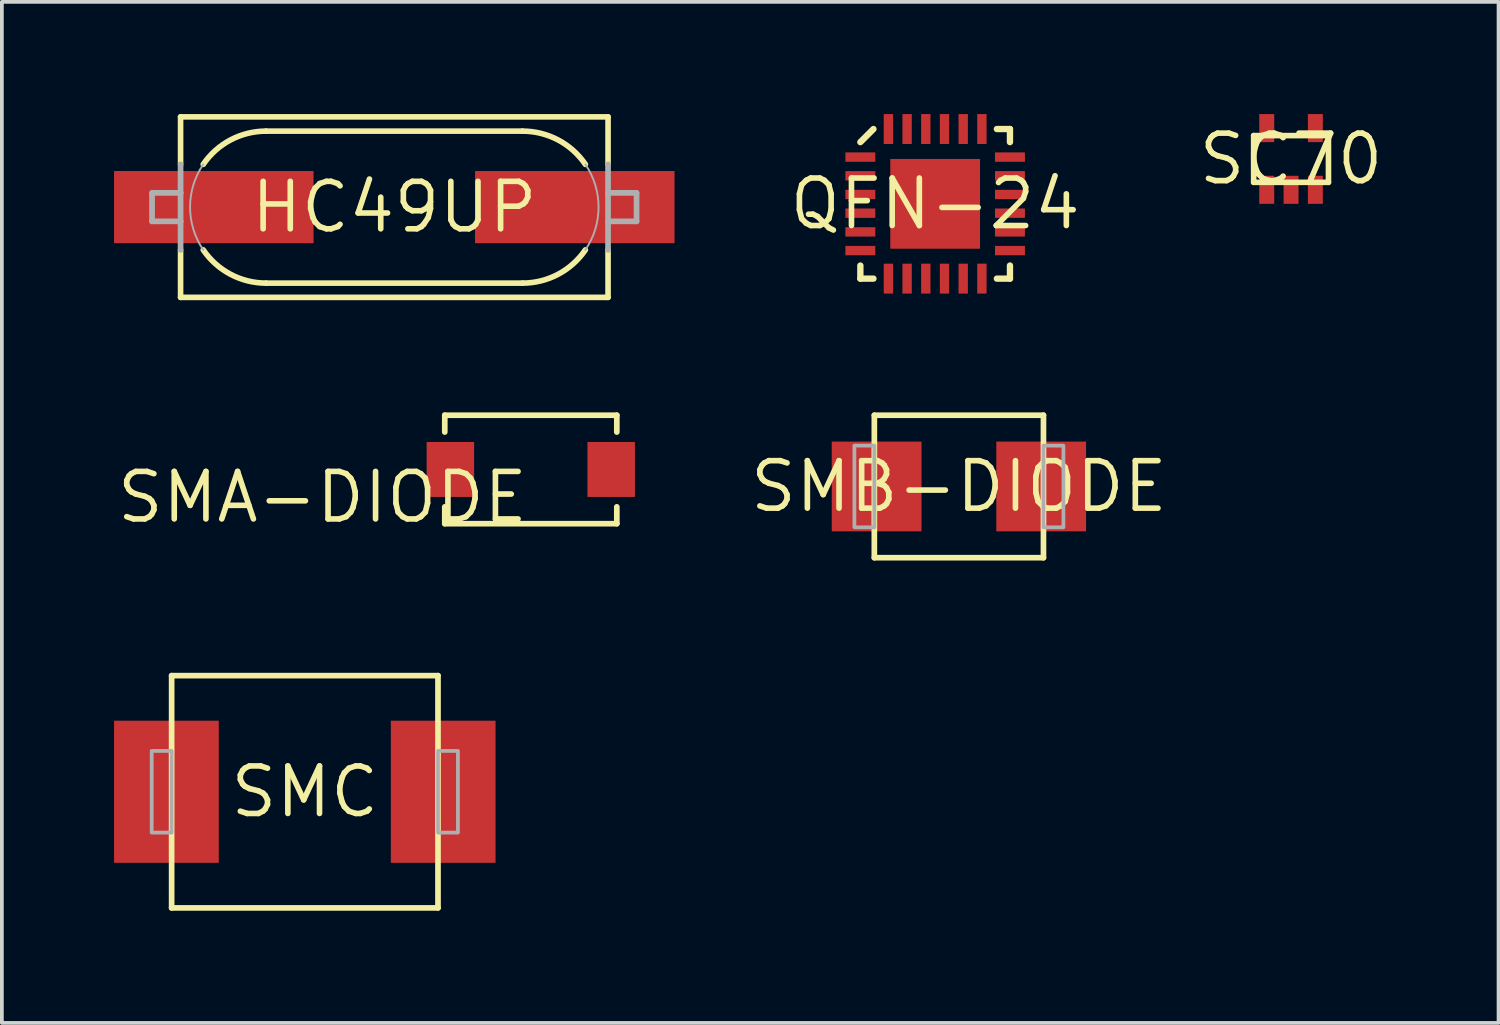
<source format=kicad_pcb>
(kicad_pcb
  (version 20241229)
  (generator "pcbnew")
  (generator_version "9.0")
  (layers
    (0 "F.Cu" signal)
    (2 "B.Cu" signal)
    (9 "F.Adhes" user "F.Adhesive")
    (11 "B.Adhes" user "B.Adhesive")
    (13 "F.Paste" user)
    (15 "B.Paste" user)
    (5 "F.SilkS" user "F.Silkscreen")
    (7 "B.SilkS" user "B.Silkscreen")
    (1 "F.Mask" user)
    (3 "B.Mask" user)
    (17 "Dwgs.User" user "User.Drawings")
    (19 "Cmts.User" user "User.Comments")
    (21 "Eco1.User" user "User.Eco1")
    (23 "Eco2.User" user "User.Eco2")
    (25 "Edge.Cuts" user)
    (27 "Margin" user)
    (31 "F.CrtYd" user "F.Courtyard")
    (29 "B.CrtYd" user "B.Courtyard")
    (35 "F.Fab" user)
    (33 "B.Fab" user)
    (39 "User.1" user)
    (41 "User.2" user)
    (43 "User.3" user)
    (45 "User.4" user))
  (footprint "SMB-DIODE"
    (layer "F.Cu")
    (at 22.589 9.957)
    (property "Reference" "SMB-DIODE" (at 0 0 0) (layer "F.SilkS") (effects (font (size 1.27 1.27) (thickness 0.15))))
    (attr through_hole)
    (fp_line (start -2.261 1.905) (end -2.261 -1.905) (stroke (width 0.152) (type solid)) (layer "F.SilkS"))
    (fp_line (start -2.261 -1.905) (end 2.261 -1.905) (stroke (width 0.152) (type solid)) (layer "F.SilkS"))
    (fp_line (start -2.261 1.905) (end 2.261 1.905) (stroke (width 0.152) (type solid)) (layer "F.SilkS"))
    (fp_line (start 2.261 1.905) (end 2.261 -1.905) (stroke (width 0.152) (type solid)) (layer "F.SilkS"))
    (fp_poly (pts (xy -2.794 1.092) (xy -2.261 1.092) (xy -2.261 -1.092) (xy -2.794 -1.092)) (stroke (width 0.1) (type solid)) (fill no) (layer "F.Fab"))
    (fp_poly (pts (xy 2.261 1.092) (xy 2.794 1.092) (xy 2.794 -1.092) (xy 2.261 -1.092)) (stroke (width 0.1) (type solid)) (fill no) (layer "F.Fab"))
    (pad "A" smd rect (at 2.2 0) (size 2.4 2.4) (layers "F.Cu" "F.Mask" "F.Paste"))
    (pad "C" smd rect (at -2.2 0) (size 2.4 2.4) (layers "F.Cu" "F.Mask" "F.Paste")))
  (footprint "HC49UP"
    (layer "F.Cu")
    (at 7.493 2.488)
    (property "Reference" "HC49UP" (at 0 0 0) (layer "F.SilkS") (effects (font (size 1.27 1.27) (thickness 0.15))))
    (attr through_hole)
    (fp_line (start -5.715 -2.413) (end -5.715 -1.143) (stroke (width 0.15) (type solid)) (layer "F.SilkS"))
    (fp_line (start -5.715 2.413) (end -5.715 1.143) (stroke (width 0.15) (type solid)) (layer "F.SilkS"))
    (fp_line (start -3.429 -2.032) (end 3.429 -2.032) (stroke (width 0.15) (type solid)) (layer "F.SilkS"))
    (fp_line (start 3.429 2.032) (end -3.429 2.032) (stroke (width 0.15) (type solid)) (layer "F.SilkS"))
    (fp_line (start 5.715 -2.413) (end -5.715 -2.413) (stroke (width 0.15) (type solid)) (layer "F.SilkS"))
    (fp_line (start 5.715 -1.143) (end 5.715 -2.413) (stroke (width 0.15) (type solid)) (layer "F.SilkS"))
    (fp_line (start 5.715 2.413) (end -5.715 2.413) (stroke (width 0.15) (type solid)) (layer "F.SilkS"))
    (fp_line (start 5.715 2.413) (end 5.715 1.143) (stroke (width 0.15) (type solid)) (layer "F.SilkS"))
    (fp_arc (start -5.1091 -1.143) (mid -4.379417 -1.796107) (end -3.429 -2.032101) (stroke (width 0.15) (type solid)) (layer "F.SilkS"))
    (fp_arc (start -3.429 2.032001) (mid -4.379408 1.796063) (end -5.1091 1.143) (stroke (width 0.15) (type solid)) (layer "F.SilkS"))
    (fp_arc (start 3.429 -2.032) (mid 4.379408 -1.796062) (end 5.1091 -1.142999) (stroke (width 0.15) (type solid)) (layer "F.SilkS"))
    (fp_arc (start 5.109 1.142899) (mid 4.379368 1.795994) (end 3.429 2.032) (stroke (width 0.15) (type solid)) (layer "F.SilkS"))
    (fp_line (start -6.477 0.381) (end -6.477 -0.381) (stroke (width 0.152) (type solid)) (layer "F.Fab"))
    (fp_line (start -5.715 -0.381) (end -6.477 -0.381) (stroke (width 0.152) (type solid)) (layer "F.Fab"))
    (fp_line (start -5.715 -0.381) (end -5.715 -1.143) (stroke (width 0.152) (type solid)) (layer "F.Fab"))
    (fp_line (start -5.715 0.381) (end -6.477 0.381) (stroke (width 0.152) (type solid)) (layer "F.Fab"))
    (fp_line (start -5.715 0.381) (end -5.715 -0.381) (stroke (width 0.152) (type solid)) (layer "F.Fab"))
    (fp_line (start -5.715 1.143) (end -5.715 0.381) (stroke (width 0.152) (type solid)) (layer "F.Fab"))
    (fp_line (start 5.715 -0.381) (end 6.477 -0.381) (stroke (width 0.152) (type solid)) (layer "F.Fab"))
    (fp_line (start 5.715 0.381) (end 6.477 0.381) (stroke (width 0.152) (type solid)) (layer "F.Fab"))
    (fp_line (start 5.715 1.143) (end 5.715 -1.143) (stroke (width 0.152) (type solid)) (layer "F.Fab"))
    (fp_line (start 6.477 0.381) (end 6.477 -0.381) (stroke (width 0.152) (type solid)) (layer "F.Fab"))
    (fp_arc (start -5.1091 1.143) (mid -5.46104 0) (end -5.1091 -1.143) (stroke (width 0.0508) (type solid)) (layer "F.Fab"))
    (fp_arc (start 5.1091 -1.143) (mid 5.46104 0) (end 5.1091 1.143) (stroke (width 0.0508) (type solid)) (layer "F.Fab"))
    (pad "1" smd rect (at -4.826 0) (size 5.334 1.93) (layers "F.Cu" "F.Mask" "F.Paste"))
    (pad "2" smd rect (at 4.826 0) (size 5.334 1.93) (layers "F.Cu" "F.Mask" "F.Paste")))
  (footprint "SMA-DIODE"
    (layer "F.Cu")
    (at 11.142 9.502)
    (property "Reference" "SMA-DIODE" (at 0 0 0) (layer "F.SilkS") (effects (font (size 1.27 1.27) (thickness 0.15)) (justify right top)))
    (attr through_hole)
    (fp_line (start -2.3 -1.45) (end 2.3 -1.45) (stroke (width 0.152) (type solid)) (layer "F.SilkS"))
    (fp_line (start -2.3 -1) (end -2.3 -1.45) (stroke (width 0.152) (type solid)) (layer "F.SilkS"))
    (fp_line (start -2.3 1.45) (end -2.3 1) (stroke (width 0.152) (type solid)) (layer "F.SilkS"))
    (fp_line (start 2.3 -1.45) (end 2.3 -1) (stroke (width 0.152) (type solid)) (layer "F.SilkS"))
    (fp_line (start 2.3 1) (end 2.3 1.45) (stroke (width 0.152) (type solid)) (layer "F.SilkS"))
    (fp_line (start 2.3 1.45) (end -2.3 1.45) (stroke (width 0.152) (type solid)) (layer "F.SilkS"))
    (pad "A" smd rect (at -2.15 0 180) (size 1.27 1.47) (layers "F.Cu" "F.Mask" "F.Paste"))
    (pad "C" smd rect (at 2.15 0) (size 1.27 1.47) (layers "F.Cu" "F.Mask" "F.Paste")))
  (footprint "SC70"
    (layer "F.Cu")
    (at 31.47 1.2)
    (property "Reference" "SC70" (at 0 0 0) (layer "F.SilkS") (effects (font (size 1.27 1.27) (thickness 0.15))))
    (attr through_hole)
    (fp_line (start -1 -0.625) (end 1 -0.625) (stroke (width 0.15) (type solid)) (layer "F.SilkS"))
    (fp_line (start -1 0.625) (end -1 -0.625) (stroke (width 0.15) (type solid)) (layer "F.SilkS"))
    (fp_line (start -1 0.625) (end 1 0.625) (stroke (width 0.15) (type solid)) (layer "F.SilkS"))
    (fp_line (start 1 -0.625) (end 1 0.625) (stroke (width 0.15) (type solid)) (layer "F.SilkS"))
    (fp_poly (pts (xy -0.85 -0.45) (xy -0.45 -0.45) (xy -0.45 -1.2) (xy -0.85 -1.2)) (stroke (width 0) (type solid)) (fill yes) (layer "F.Paste"))
    (fp_poly (pts (xy -0.838 1.168) (xy -0.508 1.168) (xy -0.508 0.483) (xy -0.838 0.483)) (stroke (width 0) (type solid)) (fill yes) (layer "F.Paste"))
    (fp_poly (pts (xy -0.165 1.168) (xy 0.165 1.168) (xy 0.165 0.483) (xy -0.165 0.483)) (stroke (width 0) (type solid)) (fill yes) (layer "F.Paste"))
    (fp_poly (pts (xy 0.45 -0.45) (xy 0.85 -0.45) (xy 0.85 -1.2) (xy 0.45 -1.2)) (stroke (width 0) (type solid)) (fill yes) (layer "F.Paste"))
    (fp_poly (pts (xy 0.508 1.168) (xy 0.838 1.168) (xy 0.838 0.483) (xy 0.508 0.483)) (stroke (width 0) (type solid)) (fill yes) (layer "F.Paste"))
    (pad "1" smd rect (at -0.65 0.825) (size 0.4 0.75) (layers "F.Cu" "F.Mask"))
    (pad "2" smd rect (at 0 0.825) (size 0.4 0.75) (layers "F.Cu" "F.Mask"))
    (pad "3" smd rect (at 0.65 0.825) (size 0.4 0.75) (layers "F.Cu" "F.Mask"))
    (pad "4" smd rect (at 0.65 -0.825) (size 0.4 0.75) (layers "F.Cu" "F.Mask"))
    (pad "5" smd rect (at -0.65 -0.825) (size 0.4 0.75) (layers "F.Cu" "F.Mask")))
  (footprint "QFN-24"
    (layer "F.Cu")
    (at 21.954 2.4)
    (property "Reference" "QFN-24" (at 0 0 0) (layer "F.SilkS") (effects (font (size 1.27 1.27) (thickness 0.15))))
    (attr through_hole)
    (fp_poly (pts (xy -1.2 1.2) (xy 1.2 1.2) (xy 1.2 -1.2) (xy -1.2 -1.2)) (stroke (width 0) (type solid)) (fill yes) (layer "F.Cu"))
    (fp_poly (pts (xy -1.2 1.2) (xy 1.2 1.2) (xy 1.2 -1.2) (xy -1.2 -1.2)) (stroke (width 0) (type solid)) (fill yes) (layer "F.Mask"))
    (fp_line (start -2 2) (end -2 1.65) (stroke (width 0.17) (type solid)) (layer "F.SilkS"))
    (fp_line (start -1.65 -2) (end -2 -1.65) (stroke (width 0.17) (type solid)) (layer "F.SilkS"))
    (fp_line (start -1.65 2) (end -2 2) (stroke (width 0.17) (type solid)) (layer "F.SilkS"))
    (fp_line (start 1.65 2) (end 2 2) (stroke (width 0.17) (type solid)) (layer "F.SilkS"))
    (fp_line (start 2 -2) (end 1.65 -2) (stroke (width 0.17) (type solid)) (layer "F.SilkS"))
    (fp_line (start 2 -1.65) (end 2 -2) (stroke (width 0.17) (type solid)) (layer "F.SilkS"))
    (fp_line (start 2 1.65) (end 2 2) (stroke (width 0.17) (type solid)) (layer "F.SilkS"))
    (pad "1" smd rect (at -2 -1.25 180) (size 0.8 0.25) (layers "F.Cu" "F.Mask" "F.Paste"))
    (pad "2" smd rect (at -2 -0.75 180) (size 0.8 0.25) (layers "F.Cu" "F.Mask" "F.Paste"))
    (pad "3" smd rect (at -2 -0.25 180) (size 0.8 0.25) (layers "F.Cu" "F.Mask" "F.Paste"))
    (pad "4" smd rect (at -2 0.25 180) (size 0.8 0.25) (layers "F.Cu" "F.Mask" "F.Paste"))
    (pad "5" smd rect (at -2 0.75 180) (size 0.8 0.25) (layers "F.Cu" "F.Mask" "F.Paste"))
    (pad "6" smd rect (at -2 1.25 180) (size 0.8 0.25) (layers "F.Cu" "F.Mask" "F.Paste"))
    (pad "7" smd rect (at -1.25 2 90) (size 0.8 0.25) (layers "F.Cu" "F.Mask" "F.Paste"))
    (pad "8" smd rect (at -0.75 2 90) (size 0.8 0.25) (layers "F.Cu" "F.Mask" "F.Paste"))
    (pad "9" smd rect (at -0.25 2 90) (size 0.8 0.25) (layers "F.Cu" "F.Mask" "F.Paste"))
    (pad "10" smd rect (at 0.25 2 90) (size 0.8 0.25) (layers "F.Cu" "F.Mask" "F.Paste"))
    (pad "11" smd rect (at 0.75 2 90) (size 0.8 0.25) (layers "F.Cu" "F.Mask" "F.Paste"))
    (pad "12" smd rect (at 1.25 2 90) (size 0.8 0.25) (layers "F.Cu" "F.Mask" "F.Paste"))
    (pad "13" smd rect (at 2 1.25) (size 0.8 0.25) (layers "F.Cu" "F.Mask" "F.Paste"))
    (pad "14" smd rect (at 2 0.75) (size 0.8 0.25) (layers "F.Cu" "F.Mask" "F.Paste"))
    (pad "15" smd rect (at 2 0.25) (size 0.8 0.25) (layers "F.Cu" "F.Mask" "F.Paste"))
    (pad "16" smd rect (at 2 -0.25) (size 0.8 0.25) (layers "F.Cu" "F.Mask" "F.Paste"))
    (pad "17" smd rect (at 2 -0.75) (size 0.8 0.25) (layers "F.Cu" "F.Mask" "F.Paste"))
    (pad "18" smd rect (at 2 -1.25) (size 0.8 0.25) (layers "F.Cu" "F.Mask" "F.Paste"))
    (pad "19" smd rect (at 1.25 -2 270) (size 0.8 0.25) (layers "F.Cu" "F.Mask" "F.Paste"))
    (pad "20" smd rect (at 0.75 -2 270) (size 0.8 0.25) (layers "F.Cu" "F.Mask" "F.Paste"))
    (pad "21" smd rect (at 0.25 -2 270) (size 0.8 0.25) (layers "F.Cu" "F.Mask" "F.Paste"))
    (pad "22" smd rect (at -0.25 -2 270) (size 0.8 0.25) (layers "F.Cu" "F.Mask" "F.Paste"))
    (pad "23" smd rect (at -0.75 -2 270) (size 0.8 0.25) (layers "F.Cu" "F.Mask" "F.Paste"))
    (pad "24" smd rect (at -1.25 -2 270) (size 0.8 0.25) (layers "F.Cu" "F.Mask" "F.Paste")))
  (footprint "SMC"
    (layer "F.Cu")
    (at 5.1 18.12)
    (property "Reference" "SMC" (at 0 0 0) (layer "F.SilkS") (effects (font (size 1.27 1.27) (thickness 0.15))))
    (attr through_hole)
    (fp_line (start -3.561 -3.105) (end 3.561 -3.105) (stroke (width 0.152) (type solid)) (layer "F.SilkS"))
    (fp_line (start -3.561 3.105) (end -3.561 -3.105) (stroke (width 0.152) (type solid)) (layer "F.SilkS"))
    (fp_line (start -3.561 3.105) (end 3.561 3.105) (stroke (width 0.152) (type solid)) (layer "F.SilkS"))
    (fp_line (start 3.561 3.105) (end 3.561 -3.105) (stroke (width 0.152) (type solid)) (layer "F.SilkS"))
    (fp_poly (pts (xy -4.094 1.092) (xy -3.561 1.092) (xy -3.561 -1.092) (xy -4.094 -1.092)) (stroke (width 0.1) (type solid)) (fill no) (layer "F.Fab"))
    (fp_poly (pts (xy 3.561 1.092) (xy 4.094 1.092) (xy 4.094 -1.092) (xy 3.561 -1.092)) (stroke (width 0.1) (type solid)) (fill no) (layer "F.Fab"))
    (pad "A" smd rect (at 3.7 0) (size 2.8 3.8) (layers "F.Cu" "F.Mask" "F.Paste"))
    (pad "C" smd rect (at -3.7 0) (size 2.8 3.8) (layers "F.Cu" "F.Mask" "F.Paste")))
  (gr_rect
    (start -3 -3)
    (end 37.018 24.301)
    (stroke (width 0.1) (type default))
    (fill no)
    (layer "Edge.Cuts")))
</source>
